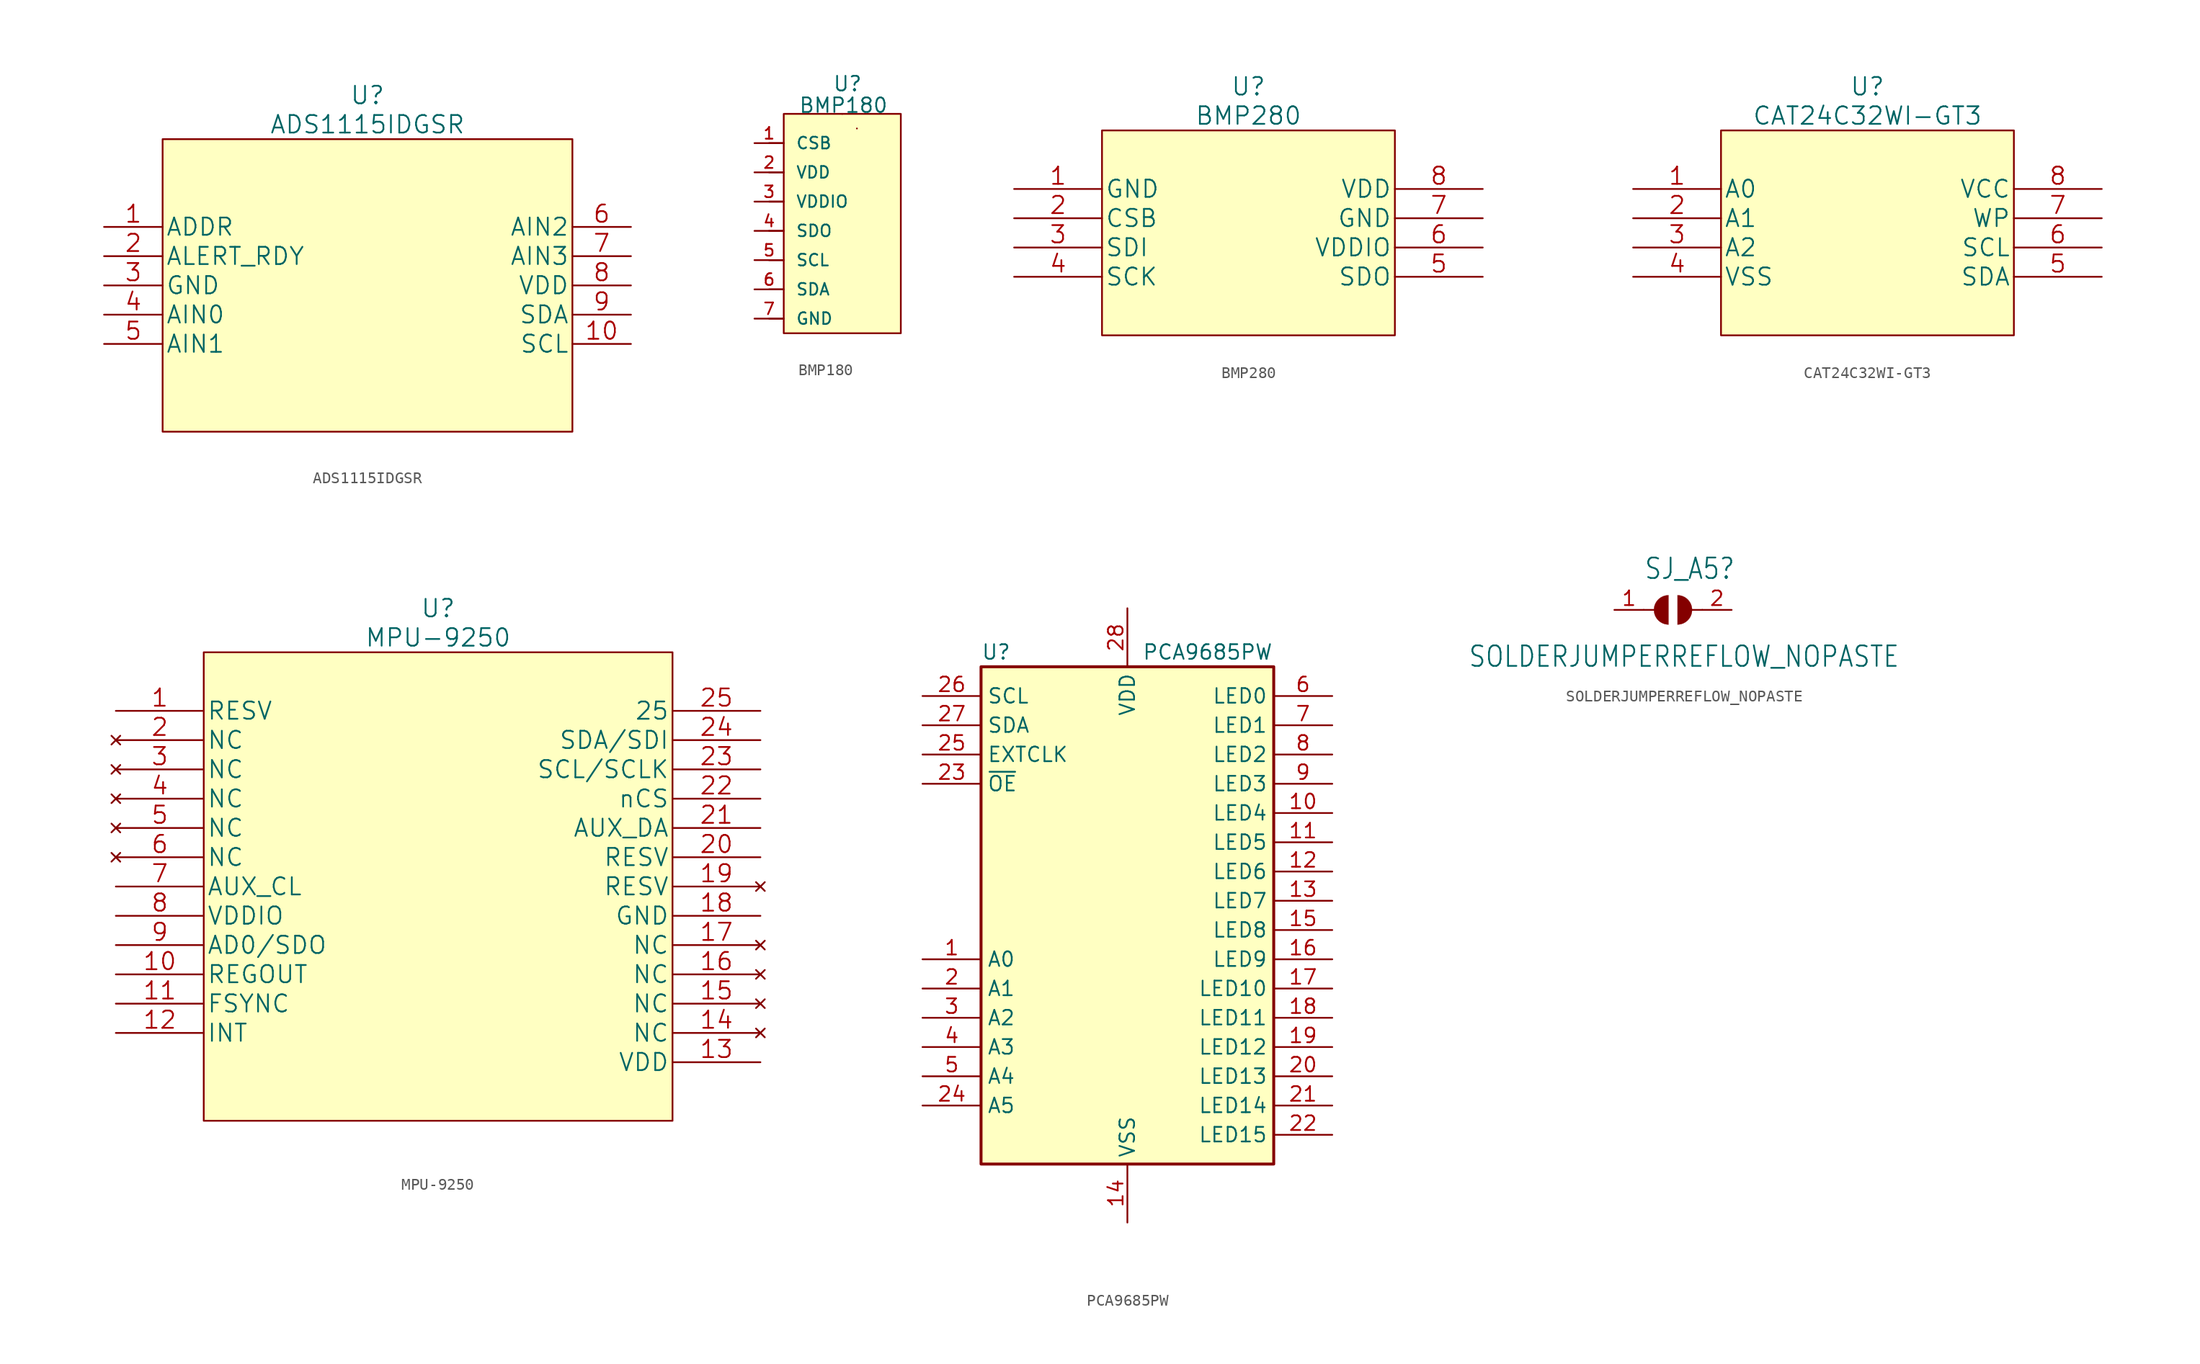
<source format=kicad_sym>
(kicad_symbol_lib
  (version 20211014)
  (generator kicad_symbol_editor)
  (symbol "ADS1115IDGSR"
    (pin_names
      (offset 0.254))
    (property "Reference" "U"
      (at 0 16.51 0)
      (effects (font (size 1.524 1.524))))
    (property "Value" "ADS1115IDGSR"
      (at 0 13.97 0)
      (effects (font (size 1.524 1.524))))
    (property "Datasheet" ""
      (at 0 1.27 0)
      (effects (font (size 1.524 1.524))))
    (symbol "ADS1115IDGSR_0_1"
      (rectangle (start -17.78 12.7) (end 17.78 -12.7) (stroke (width 0) (type default) (color 0 0 0 0)) (fill (type background))))
    (symbol "ADS1115IDGSR_1_1"
      (pin input line (at -22.86 5.08 0) (length 5.08) (name "ADDR" (effects (font (size 1.499 1.499)))) (number "1" (effects (font (size 1.499 1.499)))))
      (pin input line (at 22.86 -5.08 180) (length 5.08) (name "SCL" (effects (font (size 1.499 1.499)))) (number "10" (effects (font (size 1.499 1.499)))))
      (pin output line (at -22.86 2.54 0) (length 5.08) (name "ALERT_RDY" (effects (font (size 1.499 1.499)))) (number "2" (effects (font (size 1.499 1.499)))))
      (pin power_in line (at -22.86 0 0) (length 5.08) (name "GND" (effects (font (size 1.499 1.499)))) (number "3" (effects (font (size 1.499 1.499)))))
      (pin input line (at -22.86 -2.54 0) (length 5.08) (name "AIN0" (effects (font (size 1.499 1.499)))) (number "4" (effects (font (size 1.499 1.499)))))
      (pin input line (at -22.86 -5.08 0) (length 5.08) (name "AIN1" (effects (font (size 1.499 1.499)))) (number "5" (effects (font (size 1.499 1.499)))))
      (pin input line (at 22.86 5.08 180) (length 5.08) (name "AIN2" (effects (font (size 1.499 1.499)))) (number "6" (effects (font (size 1.499 1.499)))))
      (pin input line (at 22.86 2.54 180) (length 5.08) (name "AIN3" (effects (font (size 1.499 1.499)))) (number "7" (effects (font (size 1.499 1.499)))))
      (pin power_in line (at 22.86 0 180) (length 5.08) (name "VDD" (effects (font (size 1.499 1.499)))) (number "8" (effects (font (size 1.499 1.499)))))
      (pin bidirectional line (at 22.86 -2.54 180) (length 5.08) (name "SDA" (effects (font (size 1.499 1.499)))) (number "9" (effects (font (size 1.499 1.499)))))))
  (symbol "BMP180"
    (pin_names
      (offset 1.016))
    (property "Reference" "U"
      (at -0.852 12.032 0)
      (effects (font (size 1.27 1.27)) (justify left bottom)))
    (property "Value" "BMP180"
      (at -3.81 10.16 0)
      (effects (font (size 1.27 1.27)) (justify left bottom)))
    (symbol "BMP180_0_0"
      (polyline (pts (xy -6.35 -7.62) (xy -5.08 -7.62)) (stroke (width 0.152) (type default) (color 0 0 0 0)) (fill (type none)))
      (polyline (pts (xy -6.35 -5.08) (xy -5.08 -5.08)) (stroke (width 0.152) (type default) (color 0 0 0 0)) (fill (type none)))
      (polyline (pts (xy -6.35 -2.54) (xy -5.08 -2.54)) (stroke (width 0.152) (type default) (color 0 0 0 0)) (fill (type none)))
      (polyline (pts (xy -6.35 0) (xy -5.08 0)) (stroke (width 0.152) (type default) (color 0 0 0 0)) (fill (type none)))
      (polyline (pts (xy -6.35 2.54) (xy -5.08 2.54)) (stroke (width 0.152) (type default) (color 0 0 0 0)) (fill (type none)))
      (polyline (pts (xy -6.35 5.08) (xy -5.08 5.08)) (stroke (width 0.152) (type default) (color 0 0 0 0)) (fill (type none)))
      (polyline (pts (xy -6.35 7.62) (xy -5.08 7.62)) (stroke (width 0.152) (type default) (color 0 0 0 0)) (fill (type none)))
      (pin bidirectional line (at -7.62 7.62 0) (length 2.54) (name "CSB" (effects (font (size 1.016 1.016)))) (number "1" (effects (font (size 1.016 1.016)))))
      (pin bidirectional line (at -7.62 5.08 0) (length 2.54) (name "VDD" (effects (font (size 1.016 1.016)))) (number "2" (effects (font (size 1.016 1.016)))))
      (pin bidirectional line (at -7.62 2.54 0) (length 2.54) (name "VDDIO" (effects (font (size 1.016 1.016)))) (number "3" (effects (font (size 1.016 1.016)))))
      (pin bidirectional line (at -7.62 0 0) (length 2.54) (name "SDO" (effects (font (size 1.016 1.016)))) (number "4" (effects (font (size 1.016 1.016)))))
      (pin bidirectional line (at -7.62 -2.54 0) (length 2.54) (name "SCL" (effects (font (size 1.016 1.016)))) (number "5" (effects (font (size 1.016 1.016)))))
      (pin bidirectional line (at -7.62 -5.08 0) (length 2.54) (name "SDA" (effects (font (size 1.016 1.016)))) (number "6" (effects (font (size 1.016 1.016)))))
      (pin bidirectional line (at -7.62 -7.62 0) (length 2.54) (name "GND" (effects (font (size 1.016 1.016)))) (number "7" (effects (font (size 1.016 1.016))))))
    (symbol "BMP180_1_1"
      (rectangle (start -5.08 10.16) (end 5.08 -8.89) (stroke (width 0) (type default) (color 0 0 0 0)) (fill (type background)))
      (rectangle (start 0 10.16) (end 0 10.16) (stroke (width 0) (type default) (color 0 0 0 0)) (fill (type none)))
      (rectangle (start 1.27 8.89) (end 1.27 8.89) (stroke (width 0) (type default) (color 0 0 0 0)) (fill (type none)))))
  (symbol "BMP280"
    (pin_names
      (offset 0.254))
    (property "Reference" "U"
      (at 0 8.89 0)
      (effects (font (size 1.524 1.524))))
    (property "Value" "BMP280"
      (at 0 6.35 0)
      (effects (font (size 1.524 1.524))))
    (property "Datasheet" ""
      (at -20.32 0 0)
      (effects (font (size 1.524 1.524))))
    (symbol "BMP280_1_1"
      (rectangle (start -12.7 5.08) (end 12.7 -12.7) (stroke (width 0) (type default) (color 0 0 0 0)) (fill (type background)))
      (pin power_in line (at -20.32 0 0) (length 7.62) (name "GND" (effects (font (size 1.499 1.499)))) (number "1" (effects (font (size 1.499 1.499)))))
      (pin input line (at -20.32 -2.54 0) (length 7.62) (name "CSB" (effects (font (size 1.499 1.499)))) (number "2" (effects (font (size 1.499 1.499)))))
      (pin input line (at -20.32 -5.08 0) (length 7.62) (name "SDI" (effects (font (size 1.499 1.499)))) (number "3" (effects (font (size 1.499 1.499)))))
      (pin input line (at -20.32 -7.62 0) (length 7.62) (name "SCK" (effects (font (size 1.499 1.499)))) (number "4" (effects (font (size 1.499 1.499)))))
      (pin output line (at 20.32 -7.62 180) (length 7.62) (name "SDO" (effects (font (size 1.499 1.499)))) (number "5" (effects (font (size 1.499 1.499)))))
      (pin power_in line (at 20.32 -5.08 180) (length 7.62) (name "VDDIO" (effects (font (size 1.499 1.499)))) (number "6" (effects (font (size 1.499 1.499)))))
      (pin power_in line (at 20.32 -2.54 180) (length 7.62) (name "GND" (effects (font (size 1.499 1.499)))) (number "7" (effects (font (size 1.499 1.499)))))
      (pin power_in line (at 20.32 0 180) (length 7.62) (name "VDD" (effects (font (size 1.499 1.499)))) (number "8" (effects (font (size 1.499 1.499)))))))
  (symbol "CAT24C32WI-GT3"
    (pin_names
      (offset 0.254))
    (property "Reference" "U"
      (at 0 12.7 0)
      (effects (font (size 1.524 1.524))))
    (property "Value" "CAT24C32WI-GT3"
      (at 0 10.16 0)
      (effects (font (size 1.524 1.524))))
    (property "Datasheet" ""
      (at -20.32 3.81 0)
      (effects (font (size 1.524 1.524))))
    (symbol "CAT24C32WI-GT3_1_1"
      (rectangle (start -12.7 8.89) (end 12.7 -8.89) (stroke (width 0) (type default) (color 0 0 0 0)) (fill (type background)))
      (pin power_in line (at -20.32 3.81 0) (length 7.62) (name "A0" (effects (font (size 1.499 1.499)))) (number "1" (effects (font (size 1.499 1.499)))))
      (pin power_in line (at -20.32 1.27 0) (length 7.62) (name "A1" (effects (font (size 1.499 1.499)))) (number "2" (effects (font (size 1.499 1.499)))))
      (pin power_in line (at -20.32 -1.27 0) (length 7.62) (name "A2" (effects (font (size 1.499 1.499)))) (number "3" (effects (font (size 1.499 1.499)))))
      (pin power_in line (at -20.32 -3.81 0) (length 7.62) (name "VSS" (effects (font (size 1.499 1.499)))) (number "4" (effects (font (size 1.499 1.499)))))
      (pin bidirectional line (at 20.32 -3.81 180) (length 7.62) (name "SDA" (effects (font (size 1.499 1.499)))) (number "5" (effects (font (size 1.499 1.499)))))
      (pin input line (at 20.32 -1.27 180) (length 7.62) (name "SCL" (effects (font (size 1.499 1.499)))) (number "6" (effects (font (size 1.499 1.499)))))
      (pin power_in line (at 20.32 1.27 180) (length 7.62) (name "WP" (effects (font (size 1.499 1.499)))) (number "7" (effects (font (size 1.499 1.499)))))
      (pin power_in line (at 20.32 3.81 180) (length 7.62) (name "VCC" (effects (font (size 1.499 1.499)))) (number "8" (effects (font (size 1.499 1.499)))))))
  (symbol "MPU-9250"
    (pin_names
      (offset 0.254))
    (property "Reference" "U"
      (at 0 24.13 0)
      (effects (font (size 1.524 1.524))))
    (property "Value" "MPU-9250"
      (at 0 21.59 0)
      (effects (font (size 1.524 1.524))))
    (property "Datasheet" ""
      (at -27.94 15.24 0)
      (effects (font (size 1.524 1.524))))
    (symbol "MPU-9250_1_1"
      (rectangle (start -20.32 20.32) (end 20.32 -20.32) (stroke (width 0) (type default) (color 0 0 0 0)) (fill (type background)))
      (pin power_in line (at -27.94 15.24 0) (length 7.62) (name "RESV" (effects (font (size 1.499 1.499)))) (number "1" (effects (font (size 1.499 1.499)))))
      (pin unspecified line (at -27.94 -7.62 0) (length 7.62) (name "REGOUT" (effects (font (size 1.499 1.499)))) (number "10" (effects (font (size 1.499 1.499)))))
      (pin input line (at -27.94 -10.16 0) (length 7.62) (name "FSYNC" (effects (font (size 1.499 1.499)))) (number "11" (effects (font (size 1.499 1.499)))))
      (pin output line (at -27.94 -12.7 0) (length 7.62) (name "INT" (effects (font (size 1.499 1.499)))) (number "12" (effects (font (size 1.499 1.499)))))
      (pin power_in line (at 27.94 -15.24 180) (length 7.62) (name "VDD" (effects (font (size 1.499 1.499)))) (number "13" (effects (font (size 1.499 1.499)))))
      (pin no_connect line (at 27.94 -12.7 180) (length 7.62) (name "NC" (effects (font (size 1.499 1.499)))) (number "14" (effects (font (size 1.499 1.499)))))
      (pin no_connect line (at 27.94 -10.16 180) (length 7.62) (name "NC" (effects (font (size 1.499 1.499)))) (number "15" (effects (font (size 1.499 1.499)))))
      (pin no_connect line (at 27.94 -7.62 180) (length 7.62) (name "NC" (effects (font (size 1.499 1.499)))) (number "16" (effects (font (size 1.499 1.499)))))
      (pin no_connect line (at 27.94 -5.08 180) (length 7.62) (name "NC" (effects (font (size 1.499 1.499)))) (number "17" (effects (font (size 1.499 1.499)))))
      (pin power_in line (at 27.94 -2.54 180) (length 7.62) (name "GND" (effects (font (size 1.499 1.499)))) (number "18" (effects (font (size 1.499 1.499)))))
      (pin no_connect line (at 27.94 0 180) (length 7.62) (name "RESV" (effects (font (size 1.499 1.499)))) (number "19" (effects (font (size 1.499 1.499)))))
      (pin no_connect line (at -27.94 12.7 0) (length 7.62) (name "NC" (effects (font (size 1.499 1.499)))) (number "2" (effects (font (size 1.499 1.499)))))
      (pin power_in line (at 27.94 2.54 180) (length 7.62) (name "RESV" (effects (font (size 1.499 1.499)))) (number "20" (effects (font (size 1.499 1.499)))))
      (pin unspecified line (at 27.94 5.08 180) (length 7.62) (name "AUX_DA" (effects (font (size 1.499 1.499)))) (number "21" (effects (font (size 1.499 1.499)))))
      (pin unspecified line (at 27.94 7.62 180) (length 7.62) (name "nCS" (effects (font (size 1.499 1.499)))) (number "22" (effects (font (size 1.499 1.499)))))
      (pin unspecified line (at 27.94 10.16 180) (length 7.62) (name "SCL/SCLK" (effects (font (size 1.499 1.499)))) (number "23" (effects (font (size 1.499 1.499)))))
      (pin unspecified line (at 27.94 12.7 180) (length 7.62) (name "SDA/SDI" (effects (font (size 1.499 1.499)))) (number "24" (effects (font (size 1.499 1.499)))))
      (pin unspecified line (at 27.94 15.24 180) (length 7.62) (name "25" (effects (font (size 1.499 1.499)))) (number "25" (effects (font (size 1.499 1.499)))))
      (pin no_connect line (at -27.94 10.16 0) (length 7.62) (name "NC" (effects (font (size 1.499 1.499)))) (number "3" (effects (font (size 1.499 1.499)))))
      (pin no_connect line (at -27.94 7.62 0) (length 7.62) (name "NC" (effects (font (size 1.499 1.499)))) (number "4" (effects (font (size 1.499 1.499)))))
      (pin no_connect line (at -27.94 5.08 0) (length 7.62) (name "NC" (effects (font (size 1.499 1.499)))) (number "5" (effects (font (size 1.499 1.499)))))
      (pin no_connect line (at -27.94 2.54 0) (length 7.62) (name "NC" (effects (font (size 1.499 1.499)))) (number "6" (effects (font (size 1.499 1.499)))))
      (pin unspecified line (at -27.94 0 0) (length 7.62) (name "AUX_CL" (effects (font (size 1.499 1.499)))) (number "7" (effects (font (size 1.499 1.499)))))
      (pin power_in line (at -27.94 -2.54 0) (length 7.62) (name "VDDIO" (effects (font (size 1.499 1.499)))) (number "8" (effects (font (size 1.499 1.499)))))
      (pin bidirectional line (at -27.94 -5.08 0) (length 7.62) (name "AD0/SDO" (effects (font (size 1.499 1.499)))) (number "9" (effects (font (size 1.499 1.499)))))))
  (symbol "PCA9685PW"
    (property "Reference" "U"
      (at -12.7 21.59 0)
      (effects (font (size 1.27 1.27)) (justify left)))
    (property "Value" "PCA9685PW"
      (at 1.27 21.59 0)
      (effects (font (size 1.27 1.27)) (justify left)))
    (symbol "PCA9685PW_0_1"
      (rectangle (start -12.7 20.32) (end 12.7 -22.86) (stroke (width 0.254) (type default) (color 0 0 0 0)) (fill (type background))))
    (symbol "PCA9685PW_1_1"
      (pin input line (at -17.78 -5.08 0) (length 5.08) (name "A0" (effects (font (size 1.27 1.27)))) (number "1" (effects (font (size 1.27 1.27)))))
      (pin output line (at 17.78 7.62 180) (length 5.08) (name "LED4" (effects (font (size 1.27 1.27)))) (number "10" (effects (font (size 1.27 1.27)))))
      (pin output line (at 17.78 5.08 180) (length 5.08) (name "LED5" (effects (font (size 1.27 1.27)))) (number "11" (effects (font (size 1.27 1.27)))))
      (pin output line (at 17.78 2.54 180) (length 5.08) (name "LED6" (effects (font (size 1.27 1.27)))) (number "12" (effects (font (size 1.27 1.27)))))
      (pin output line (at 17.78 0 180) (length 5.08) (name "LED7" (effects (font (size 1.27 1.27)))) (number "13" (effects (font (size 1.27 1.27)))))
      (pin power_in line (at 0 -27.94 90) (length 5.08) (name "VSS" (effects (font (size 1.27 1.27)))) (number "14" (effects (font (size 1.27 1.27)))))
      (pin output line (at 17.78 -2.54 180) (length 5.08) (name "LED8" (effects (font (size 1.27 1.27)))) (number "15" (effects (font (size 1.27 1.27)))))
      (pin output line (at 17.78 -5.08 180) (length 5.08) (name "LED9" (effects (font (size 1.27 1.27)))) (number "16" (effects (font (size 1.27 1.27)))))
      (pin output line (at 17.78 -7.62 180) (length 5.08) (name "LED10" (effects (font (size 1.27 1.27)))) (number "17" (effects (font (size 1.27 1.27)))))
      (pin output line (at 17.78 -10.16 180) (length 5.08) (name "LED11" (effects (font (size 1.27 1.27)))) (number "18" (effects (font (size 1.27 1.27)))))
      (pin output line (at 17.78 -12.7 180) (length 5.08) (name "LED12" (effects (font (size 1.27 1.27)))) (number "19" (effects (font (size 1.27 1.27)))))
      (pin input line (at -17.78 -7.62 0) (length 5.08) (name "A1" (effects (font (size 1.27 1.27)))) (number "2" (effects (font (size 1.27 1.27)))))
      (pin output line (at 17.78 -15.24 180) (length 5.08) (name "LED13" (effects (font (size 1.27 1.27)))) (number "20" (effects (font (size 1.27 1.27)))))
      (pin output line (at 17.78 -17.78 180) (length 5.08) (name "LED14" (effects (font (size 1.27 1.27)))) (number "21" (effects (font (size 1.27 1.27)))))
      (pin output line (at 17.78 -20.32 180) (length 5.08) (name "LED15" (effects (font (size 1.27 1.27)))) (number "22" (effects (font (size 1.27 1.27)))))
      (pin input line (at -17.78 10.16 0) (length 5.08) (name "~{OE}" (effects (font (size 1.27 1.27)))) (number "23" (effects (font (size 1.27 1.27)))))
      (pin input line (at -17.78 -17.78 0) (length 5.08) (name "A5" (effects (font (size 1.27 1.27)))) (number "24" (effects (font (size 1.27 1.27)))))
      (pin input line (at -17.78 12.7 0) (length 5.08) (name "EXTCLK" (effects (font (size 1.27 1.27)))) (number "25" (effects (font (size 1.27 1.27)))))
      (pin input line (at -17.78 17.78 0) (length 5.08) (name "SCL" (effects (font (size 1.27 1.27)))) (number "26" (effects (font (size 1.27 1.27)))))
      (pin bidirectional line (at -17.78 15.24 0) (length 5.08) (name "SDA" (effects (font (size 1.27 1.27)))) (number "27" (effects (font (size 1.27 1.27)))))
      (pin power_in line (at 0 25.4 270) (length 5.08) (name "VDD" (effects (font (size 1.27 1.27)))) (number "28" (effects (font (size 1.27 1.27)))))
      (pin input line (at -17.78 -10.16 0) (length 5.08) (name "A2" (effects (font (size 1.27 1.27)))) (number "3" (effects (font (size 1.27 1.27)))))
      (pin input line (at -17.78 -12.7 0) (length 5.08) (name "A3" (effects (font (size 1.27 1.27)))) (number "4" (effects (font (size 1.27 1.27)))))
      (pin input line (at -17.78 -15.24 0) (length 5.08) (name "A4" (effects (font (size 1.27 1.27)))) (number "5" (effects (font (size 1.27 1.27)))))
      (pin output line (at 17.78 17.78 180) (length 5.08) (name "LED0" (effects (font (size 1.27 1.27)))) (number "6" (effects (font (size 1.27 1.27)))))
      (pin output line (at 17.78 15.24 180) (length 5.08) (name "LED1" (effects (font (size 1.27 1.27)))) (number "7" (effects (font (size 1.27 1.27)))))
      (pin output line (at 17.78 12.7 180) (length 5.08) (name "LED2" (effects (font (size 1.27 1.27)))) (number "8" (effects (font (size 1.27 1.27)))))
      (pin output line (at 17.78 10.16 180) (length 5.08) (name "LED3" (effects (font (size 1.27 1.27)))) (number "9" (effects (font (size 1.27 1.27)))))))
  (symbol "SOLDERJUMPERREFLOW_NOPASTE"
    (property "Reference" "SJ_A5"
      (at -2.54 2.54 0)
      (effects (font (size 1.778 1.511)) (justify left bottom)))
    (property "Value" "SOLDERJUMPERREFLOW_NOPASTE"
      (at -17.78 -5.08 0)
      (effects (font (size 1.778 1.511)) (justify left bottom)))
    (symbol "SOLDERJUMPERREFLOW_NOPASTE_1_0"
      (arc (start -0.381 1.2699) (mid -1.6508 0) (end -0.381 -1.2699) (stroke (width 0.0001) (type default) (color 0 0 0 0)) (fill (type outline)))
      (polyline (pts (xy -2.54 0) (xy -1.651 0)) (stroke (width 0.152) (type default) (color 0 0 0 0)) (fill (type none)))
      (polyline (pts (xy 2.54 0) (xy 1.651 0)) (stroke (width 0.152) (type default) (color 0 0 0 0)) (fill (type none)))
      (arc (start 0.381 -1.2699) (mid 1.6508 0) (end 0.381 1.2699) (stroke (width 0.0001) (type default) (color 0 0 0 0)) (fill (type outline)))
      (pin passive line (at -5.08 0 0) (length 2.54) (name "1" (effects (font (size 0 0)))) (number "1" (effects (font (size 1.27 1.27)))))
      (pin passive line (at 5.08 0 180) (length 2.54) (name "2" (effects (font (size 0 0)))) (number "2" (effects (font (size 1.27 1.27))))))))
</source>
